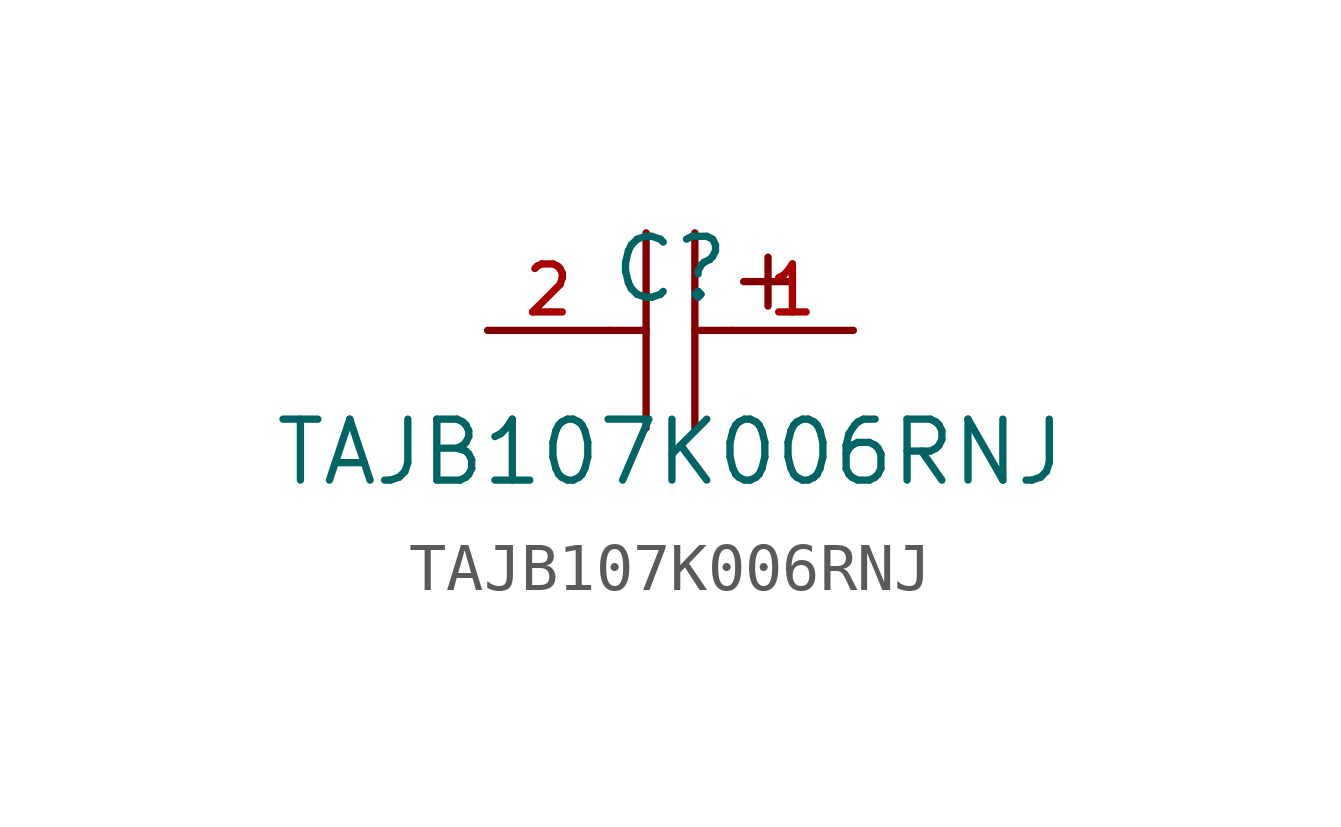
<source format=kicad_sym>
(kicad_symbol_lib
  (version 20210201)
  (generator TousstNicolas/JLC2KiCad_lib)
  (symbol "TAJB107K006RNJ"
    (pin_names hide)
    (property "Reference" "C"
      (at 0 1.27 0)
      (effects (font (size 1.27 1.27))))
    (property "Value" "TAJB107K006RNJ"
      (at 0 -2.54 0)
      (effects (font (size 1.27 1.27))))
    (symbol "TAJB107K006RNJ_0_1"
      (polyline (pts (xy 0.508 2.032) (xy 0.508 -2.032)) (stroke (width 0) (type default) (color 0 0 0 0)) (fill (type none)))
      (polyline (pts (xy -0.508 2.032) (xy -0.508 -2.032)) (stroke (width 0) (type default) (color 0 0 0 0)) (fill (type none)))
      (pin input line (at 3.81 -0.0 180) (length 2.54) (name "1" (effects (font (size 1 1)))) (number "1" (effects (font (size 1 1)))))
      (pin input line (at -3.81 -0.0 0) (length 2.54) (name "2" (effects (font (size 1 1)))) (number "2" (effects (font (size 1 1)))))
      (polyline (pts (xy 1.27 -0.0) (xy 0.508 -0.0)) (stroke (width 0) (type default) (color 0 0 0 0)) (fill (type none)))
      (polyline (pts (xy -0.508 -0.0) (xy -1.27 -0.0)) (stroke (width 0) (type default) (color 0 0 0 0)) (fill (type none)))
      (polyline (pts (xy 2.54 1.016) (xy 1.524 1.016)) (stroke (width 0) (type default) (color 0 0 0 0)) (fill (type none)))
      (polyline (pts (xy 2.032 1.524) (xy 2.032 0.508)) (stroke (width 0) (type default) (color 0 0 0 0)) (fill (type none))))))
</source>
